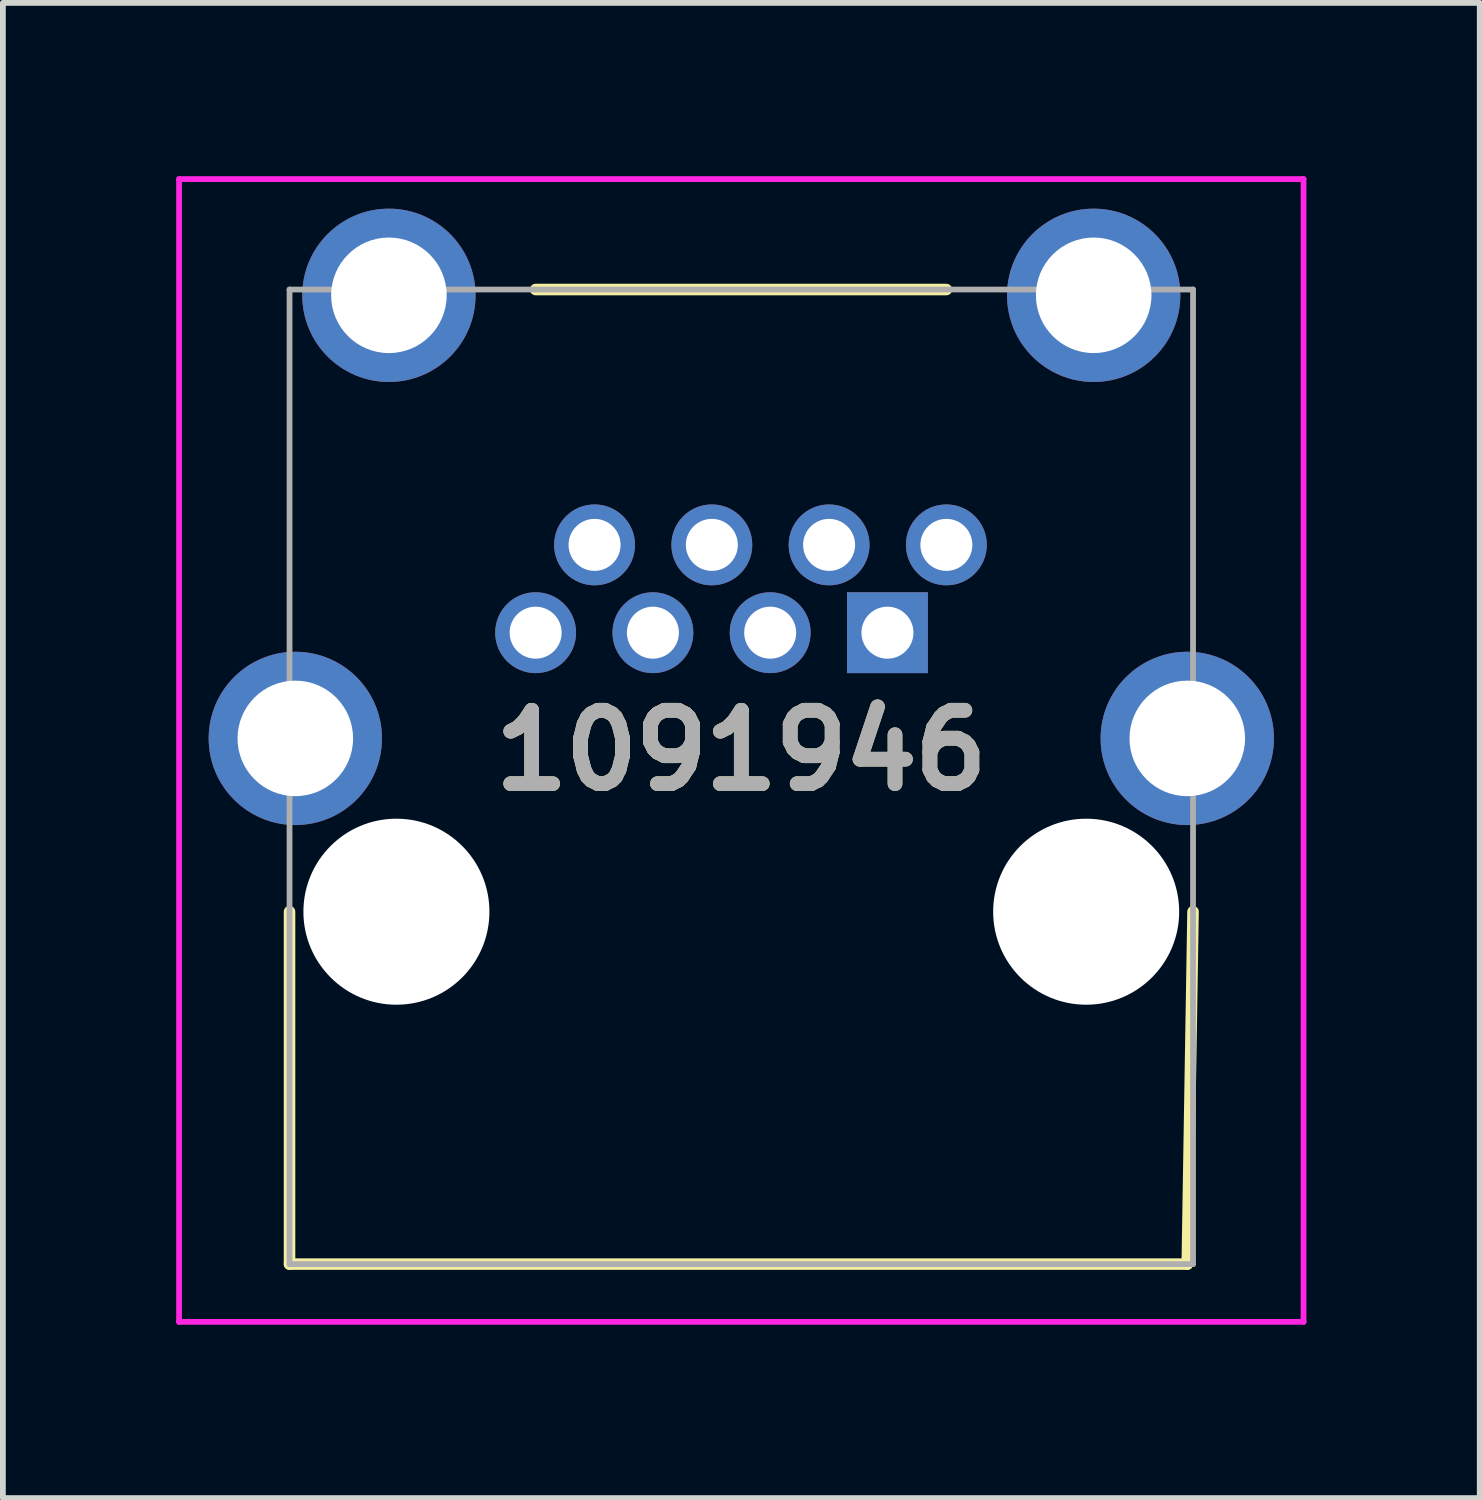
<source format=kicad_pcb>
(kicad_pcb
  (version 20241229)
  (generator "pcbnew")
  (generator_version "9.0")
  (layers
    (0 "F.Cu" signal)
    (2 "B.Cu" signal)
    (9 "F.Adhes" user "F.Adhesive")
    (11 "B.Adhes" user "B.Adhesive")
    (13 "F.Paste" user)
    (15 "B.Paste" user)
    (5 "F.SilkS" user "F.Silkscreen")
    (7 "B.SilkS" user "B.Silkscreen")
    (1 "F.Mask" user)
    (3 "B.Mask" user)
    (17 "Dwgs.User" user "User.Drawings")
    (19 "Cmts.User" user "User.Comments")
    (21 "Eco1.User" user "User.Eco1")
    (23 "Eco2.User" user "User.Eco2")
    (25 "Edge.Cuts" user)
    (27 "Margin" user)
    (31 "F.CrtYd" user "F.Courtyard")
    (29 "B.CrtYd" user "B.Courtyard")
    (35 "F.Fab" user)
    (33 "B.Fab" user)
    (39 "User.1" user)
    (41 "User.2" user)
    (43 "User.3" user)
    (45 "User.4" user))
  (footprint "1091946"
    (layer "F.Cu")
    (at 12.312 7.902)
    (property "Reference" "1091946" (at -2.53 2.039 0) (layer "F.SilkS") (effects (font (size 1.27 1.27) (thickness 0.254))))
    (attr through_hole)
    (fp_line (start -10.35 4.83) (end -10.35 10.93) (stroke (width 0.2) (type solid)) (layer "F.SilkS"))
    (fp_line (start -10.35 10.93) (end 5.19 10.93) (stroke (width 0.2) (type solid)) (layer "F.SilkS"))
    (fp_line (start -6.09 -5.94) (end 1.02 -5.94) (stroke (width 0.2) (type solid)) (layer "F.SilkS"))
    (fp_line (start 5.19 10.93) (end 5.29 4.83) (stroke (width 0.2) (type solid)) (layer "F.SilkS"))
    (fp_line (start -12.262 -7.852) (end 7.203 -7.852) (stroke (width 0.1) (type solid)) (layer "F.CrtYd"))
    (fp_line (start -12.262 11.93) (end -12.262 -7.852) (stroke (width 0.1) (type solid)) (layer "F.CrtYd"))
    (fp_line (start 7.203 -7.852) (end 7.203 11.93) (stroke (width 0.1) (type solid)) (layer "F.CrtYd"))
    (fp_line (start 7.203 11.93) (end -12.262 11.93) (stroke (width 0.1) (type solid)) (layer "F.CrtYd"))
    (fp_line (start -10.35 -5.94) (end -10.35 10.93) (stroke (width 0.1) (type solid)) (layer "F.Fab"))
    (fp_line (start -10.35 10.93) (end 5.29 10.93) (stroke (width 0.1) (type solid)) (layer "F.Fab"))
    (fp_line (start 5.29 -5.94) (end -10.35 -5.94) (stroke (width 0.1) (type solid)) (layer "F.Fab"))
    (fp_line (start 5.29 10.93) (end 5.29 -5.94) (stroke (width 0.1) (type solid)) (layer "F.Fab"))
    (fp_text user "${REFERENCE}" (at -2.53 2.039 0) (layer "F.Fab") (effects (font (size 1.27 1.27) (thickness 0.254))))
    (pad "" np_thru_hole circle (at -8.5 4.83) (size 3.22 3.22) (drill 3.22) (layers "*.Cu" "*.Mask"))
    (pad "" np_thru_hole circle (at 3.44 4.83) (size 3.22 3.22) (drill 3.22) (layers "*.Cu" "*.Mask"))
    (pad "1" thru_hole rect (at 0 0) (size 1.4 1.4) (drill 0.9) (layers "*.Cu" "*.Mask"))
    (pad "2" thru_hole circle (at 1.02 -1.52) (size 1.4 1.4) (drill 0.9) (layers "*.Cu" "*.Mask"))
    (pad "3" thru_hole circle (at -1.01 -1.52) (size 1.4 1.4) (drill 0.9) (layers "*.Cu" "*.Mask"))
    (pad "4" thru_hole circle (at -3.04 -1.52) (size 1.4 1.4) (drill 0.9) (layers "*.Cu" "*.Mask"))
    (pad "5" thru_hole circle (at -2.03 0) (size 1.4 1.4) (drill 0.9) (layers "*.Cu" "*.Mask"))
    (pad "6" thru_hole circle (at -4.06 0) (size 1.4 1.4) (drill 0.9) (layers "*.Cu" "*.Mask"))
    (pad "7" thru_hole circle (at -6.09 0) (size 1.4 1.4) (drill 0.9) (layers "*.Cu" "*.Mask"))
    (pad "8" thru_hole circle (at -5.07 -1.52) (size 1.4 1.4) (drill 0.9) (layers "*.Cu" "*.Mask"))
    (pad "MH1" thru_hole circle (at 5.19 1.83) (size 3 3) (drill 2) (layers "*.Cu" "*.Mask"))
    (pad "MH2" thru_hole circle (at -10.25 1.83) (size 3 3) (drill 2) (layers "*.Cu" "*.Mask"))
    (pad "MH3" thru_hole circle (at 3.57 -5.84) (size 3 3) (drill 2) (layers "*.Cu" "*.Mask"))
    (pad "MH4" thru_hole circle (at -8.63 -5.84) (size 3 3) (drill 2) (layers "*.Cu" "*.Mask")))
  (gr_rect
    (start -3 -3)
    (end 22.565 22.882)
    (stroke (width 0.1) (type default))
    (fill no)
    (layer "Edge.Cuts")))
</source>
